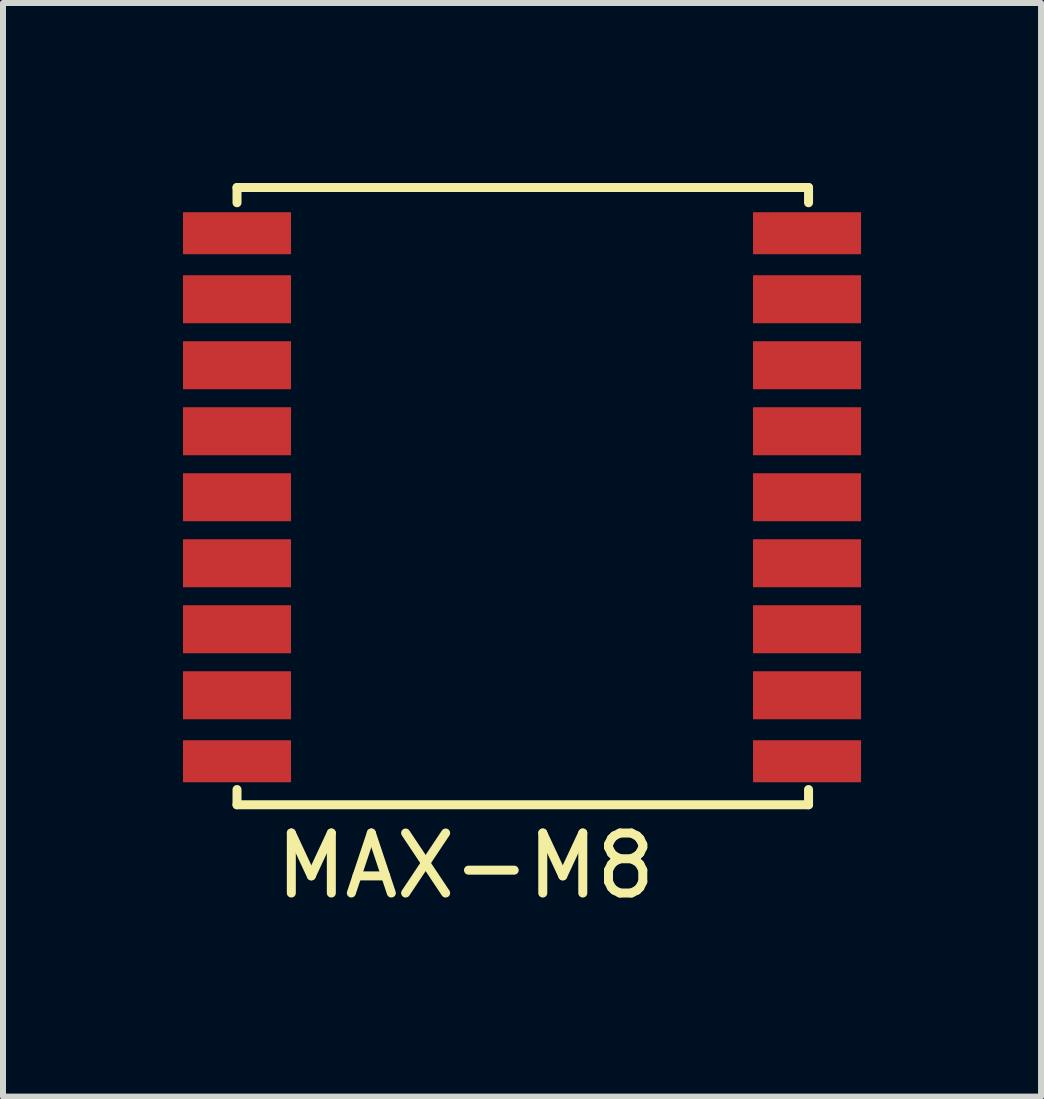
<source format=kicad_pcb>
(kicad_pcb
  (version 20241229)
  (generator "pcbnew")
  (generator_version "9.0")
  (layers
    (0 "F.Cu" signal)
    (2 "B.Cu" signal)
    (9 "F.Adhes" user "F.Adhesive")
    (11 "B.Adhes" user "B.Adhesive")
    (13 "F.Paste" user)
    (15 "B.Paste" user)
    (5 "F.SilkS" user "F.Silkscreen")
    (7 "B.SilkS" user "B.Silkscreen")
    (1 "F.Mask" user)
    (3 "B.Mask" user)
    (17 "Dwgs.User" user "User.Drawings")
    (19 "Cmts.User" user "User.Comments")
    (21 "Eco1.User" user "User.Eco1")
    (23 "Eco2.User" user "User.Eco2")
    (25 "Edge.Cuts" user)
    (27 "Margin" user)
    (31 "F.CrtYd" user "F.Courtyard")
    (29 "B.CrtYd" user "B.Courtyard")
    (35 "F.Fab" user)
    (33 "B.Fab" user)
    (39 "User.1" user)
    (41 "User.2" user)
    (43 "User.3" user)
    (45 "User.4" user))
  (footprint "MAX-M8"
    (layer "F.Cu")
    (at 0.9 0.837)
    (property "Reference" "MAX-M8" (at 3.81 10.541 0) (layer "F.SilkS") (effects (font (size 1 1) (thickness 0.15))))
    (attr through_hole)
    (fp_line (start 0 -0.762) (end 9.525 -0.762) (stroke (width 0.15) (type solid)) (layer "F.SilkS"))
    (fp_line (start 0 -0.508) (end 0 -0.762) (stroke (width 0.15) (type solid)) (layer "F.SilkS"))
    (fp_line (start 0 9.271) (end 0 9.525) (stroke (width 0.15) (type solid)) (layer "F.SilkS"))
    (fp_line (start 0 9.525) (end 9.525 9.525) (stroke (width 0.15) (type solid)) (layer "F.SilkS"))
    (fp_line (start 9.525 -0.762) (end 9.525 -0.508) (stroke (width 0.15) (type solid)) (layer "F.SilkS"))
    (fp_line (start 9.525 9.525) (end 9.525 9.271) (stroke (width 0.15) (type solid)) (layer "F.SilkS"))
    (pad "1" smd rect (at 0 0) (size 1.8 0.7) (layers "F.Cu" "F.Mask" "F.Paste"))
    (pad "2" smd rect (at 0 1.1) (size 1.8 0.8) (layers "F.Cu" "F.Mask" "F.Paste"))
    (pad "3" smd rect (at 0 2.2) (size 1.8 0.8) (layers "F.Cu" "F.Mask" "F.Paste"))
    (pad "4" smd rect (at 0 3.3) (size 1.8 0.8) (layers "F.Cu" "F.Mask" "F.Paste"))
    (pad "5" smd rect (at 0 4.4) (size 1.8 0.8) (layers "F.Cu" "F.Mask" "F.Paste"))
    (pad "6" smd rect (at 0 5.5) (size 1.8 0.8) (layers "F.Cu" "F.Mask" "F.Paste"))
    (pad "7" smd rect (at 0 6.6) (size 1.8 0.8) (layers "F.Cu" "F.Mask" "F.Paste"))
    (pad "8" smd rect (at 0 7.7) (size 1.8 0.8) (layers "F.Cu" "F.Mask" "F.Paste"))
    (pad "9" smd rect (at 0 8.8) (size 1.8 0.7) (layers "F.Cu" "F.Mask" "F.Paste"))
    (pad "10" smd rect (at 9.5 8.8) (size 1.8 0.7) (layers "F.Cu" "F.Mask" "F.Paste"))
    (pad "11" smd rect (at 9.5 7.7) (size 1.8 0.8) (layers "F.Cu" "F.Mask" "F.Paste"))
    (pad "12" smd rect (at 9.5 6.6) (size 1.8 0.8) (layers "F.Cu" "F.Mask" "F.Paste"))
    (pad "13" smd rect (at 9.5 5.5) (size 1.8 0.8) (layers "F.Cu" "F.Mask" "F.Paste"))
    (pad "14" smd rect (at 9.5 4.4) (size 1.8 0.8) (layers "F.Cu" "F.Mask" "F.Paste"))
    (pad "15" smd rect (at 9.5 3.3) (size 1.8 0.8) (layers "F.Cu" "F.Mask" "F.Paste"))
    (pad "16" smd rect (at 9.5 2.2) (size 1.8 0.8) (layers "F.Cu" "F.Mask" "F.Paste"))
    (pad "17" smd rect (at 9.5 1.1) (size 1.8 0.8) (layers "F.Cu" "F.Mask" "F.Paste"))
    (pad "18" smd rect (at 9.5 0) (size 1.8 0.7) (layers "F.Cu" "F.Mask" "F.Paste")))
  (gr_rect
    (start -3 -3)
    (end 14.3 15.226)
    (stroke (width 0.1) (type default))
    (fill no)
    (layer "Edge.Cuts")))
</source>
